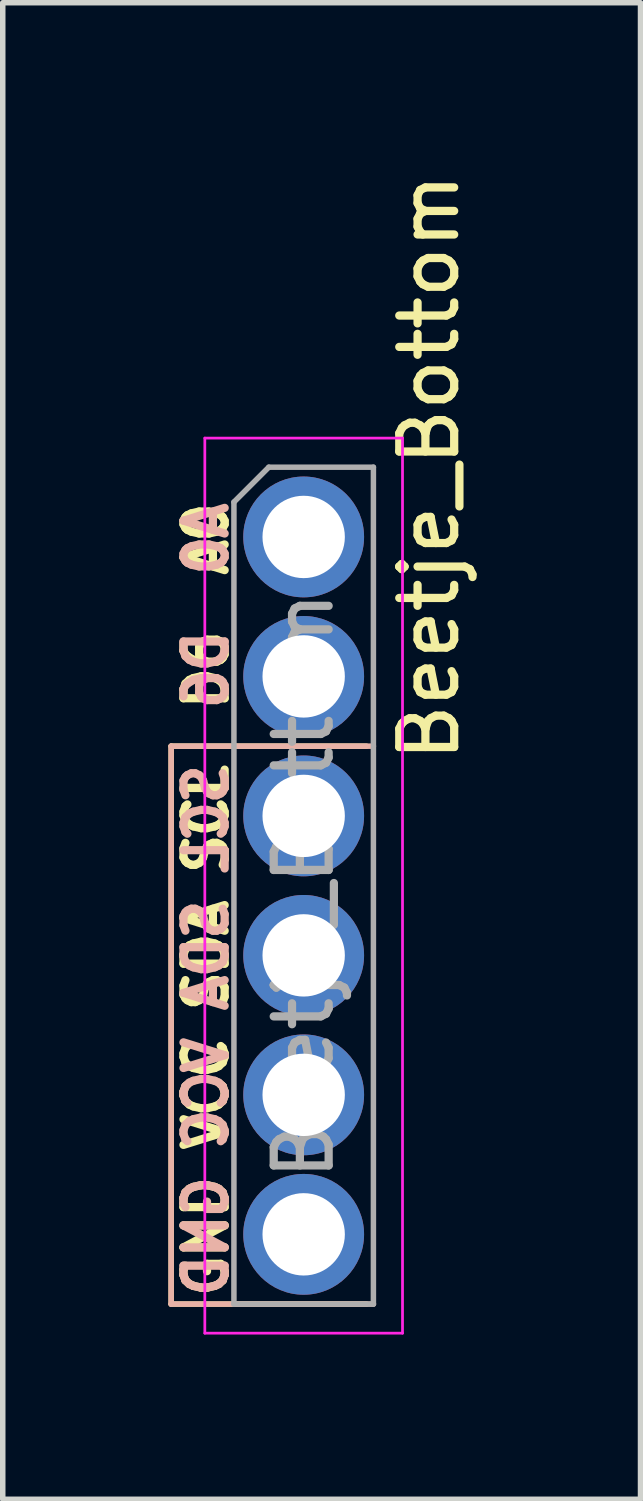
<source format=kicad_pcb>
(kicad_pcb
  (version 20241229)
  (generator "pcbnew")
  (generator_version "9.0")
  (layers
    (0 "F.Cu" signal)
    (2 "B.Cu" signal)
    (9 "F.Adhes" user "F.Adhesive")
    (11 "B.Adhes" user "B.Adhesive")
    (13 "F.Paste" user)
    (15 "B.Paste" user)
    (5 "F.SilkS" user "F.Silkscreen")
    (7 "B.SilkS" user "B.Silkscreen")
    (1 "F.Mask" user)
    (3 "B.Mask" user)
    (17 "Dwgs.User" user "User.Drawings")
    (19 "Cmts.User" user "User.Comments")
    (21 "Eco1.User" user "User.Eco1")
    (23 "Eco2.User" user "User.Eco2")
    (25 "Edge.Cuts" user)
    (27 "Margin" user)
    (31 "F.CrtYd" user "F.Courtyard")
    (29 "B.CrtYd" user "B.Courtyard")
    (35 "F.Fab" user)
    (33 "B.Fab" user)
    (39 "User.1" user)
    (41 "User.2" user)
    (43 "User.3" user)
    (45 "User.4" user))
  (footprint "Beetje_Bottom"
    (layer "F.Cu")
    (at 2.48 6.728)
    (property "Reference" "Beetje_Bottom" (at 2.286 -1.27 90) (layer "F.SilkS") (effects (font (size 1 1) (thickness 0.15))))
    (attr through_hole)
    (fp_line (start -2.413 3.81) (end 1.143 3.81) (stroke (width 0.1) (type solid)) (layer "F.SilkS"))
    (fp_line (start -2.413 13.97) (end -2.413 3.81) (stroke (width 0.1) (type solid)) (layer "F.SilkS"))
    (fp_line (start 1.143 13.97) (end -2.413 13.97) (stroke (width 0.1) (type solid)) (layer "F.SilkS"))
    (fp_line (start -2.413 3.81) (end 1.27 3.81) (stroke (width 0.1) (type solid)) (layer "B.SilkS"))
    (fp_line (start -2.413 13.97) (end -2.413 3.81) (stroke (width 0.1) (type solid)) (layer "B.SilkS"))
    (fp_line (start 1.27 13.97) (end -2.413 13.97) (stroke (width 0.1) (type solid)) (layer "B.SilkS"))
    (fp_line (start -1.8 -1.8) (end -1.8 14.5) (stroke (width 0.05) (type solid)) (layer "F.CrtYd"))
    (fp_line (start -1.8 14.5) (end 1.8 14.5) (stroke (width 0.05) (type solid)) (layer "F.CrtYd"))
    (fp_line (start 1.8 -1.8) (end -1.8 -1.8) (stroke (width 0.05) (type solid)) (layer "F.CrtYd"))
    (fp_line (start 1.8 14.5) (end 1.8 -1.8) (stroke (width 0.05) (type solid)) (layer "F.CrtYd"))
    (fp_line (start -1.27 -0.635) (end -0.635 -1.27) (stroke (width 0.1) (type solid)) (layer "F.Fab"))
    (fp_line (start -1.27 13.97) (end -1.27 -0.635) (stroke (width 0.1) (type solid)) (layer "F.Fab"))
    (fp_line (start -0.635 -1.27) (end 1.27 -1.27) (stroke (width 0.1) (type solid)) (layer "F.Fab"))
    (fp_line (start 1.27 -1.27) (end 1.27 13.97) (stroke (width 0.1) (type solid)) (layer "F.Fab"))
    (fp_line (start 1.27 13.97) (end -1.27 13.97) (stroke (width 0.1) (type solid)) (layer "F.Fab"))
    (fp_text user "GND VCC SDA SCL  D6  A0" (at -1.778 6.604 90) (layer "F.SilkS") (effects (font (size 0.75 0.7) (thickness 0.15))))
    (fp_text user "A0  D6  SCL SDA VCC GND" (at -1.778 6.604 90) (layer "B.SilkS") (effects (font (size 0.75 0.7) (thickness 0.15)) (justify mirror)))
    (fp_text user "${REFERENCE}" (at 0 6.35 90) (layer "F.Fab") (effects (font (size 1 1) (thickness 0.15))))
    (pad "1" thru_hole circle (at 0 0) (size 2.2 2.2) (drill 1.5) (layers "*.Cu" "*.Mask"))
    (pad "2" thru_hole circle (at 0 2.54) (size 2.2 2.2) (drill 1.5) (layers "*.Cu" "*.Mask"))
    (pad "3" thru_hole circle (at 0 5.08) (size 2.2 2.2) (drill 1.5) (layers "*.Cu" "*.Mask"))
    (pad "4" thru_hole circle (at 0 7.62) (size 2.2 2.2) (drill 1.5) (layers "*.Cu" "*.Mask"))
    (pad "5" thru_hole circle (at 0 10.16) (size 2.2 2.2) (drill 1.5) (layers "*.Cu" "*.Mask"))
    (pad "6" thru_hole circle (at 0 12.7) (size 2.2 2.2) (drill 1.5) (layers "*.Cu" "*.Mask")))
  (gr_rect
    (start -3 -3)
    (end 8.614 24.253)
    (stroke (width 0.1) (type default))
    (fill no)
    (layer "Edge.Cuts")))
</source>
